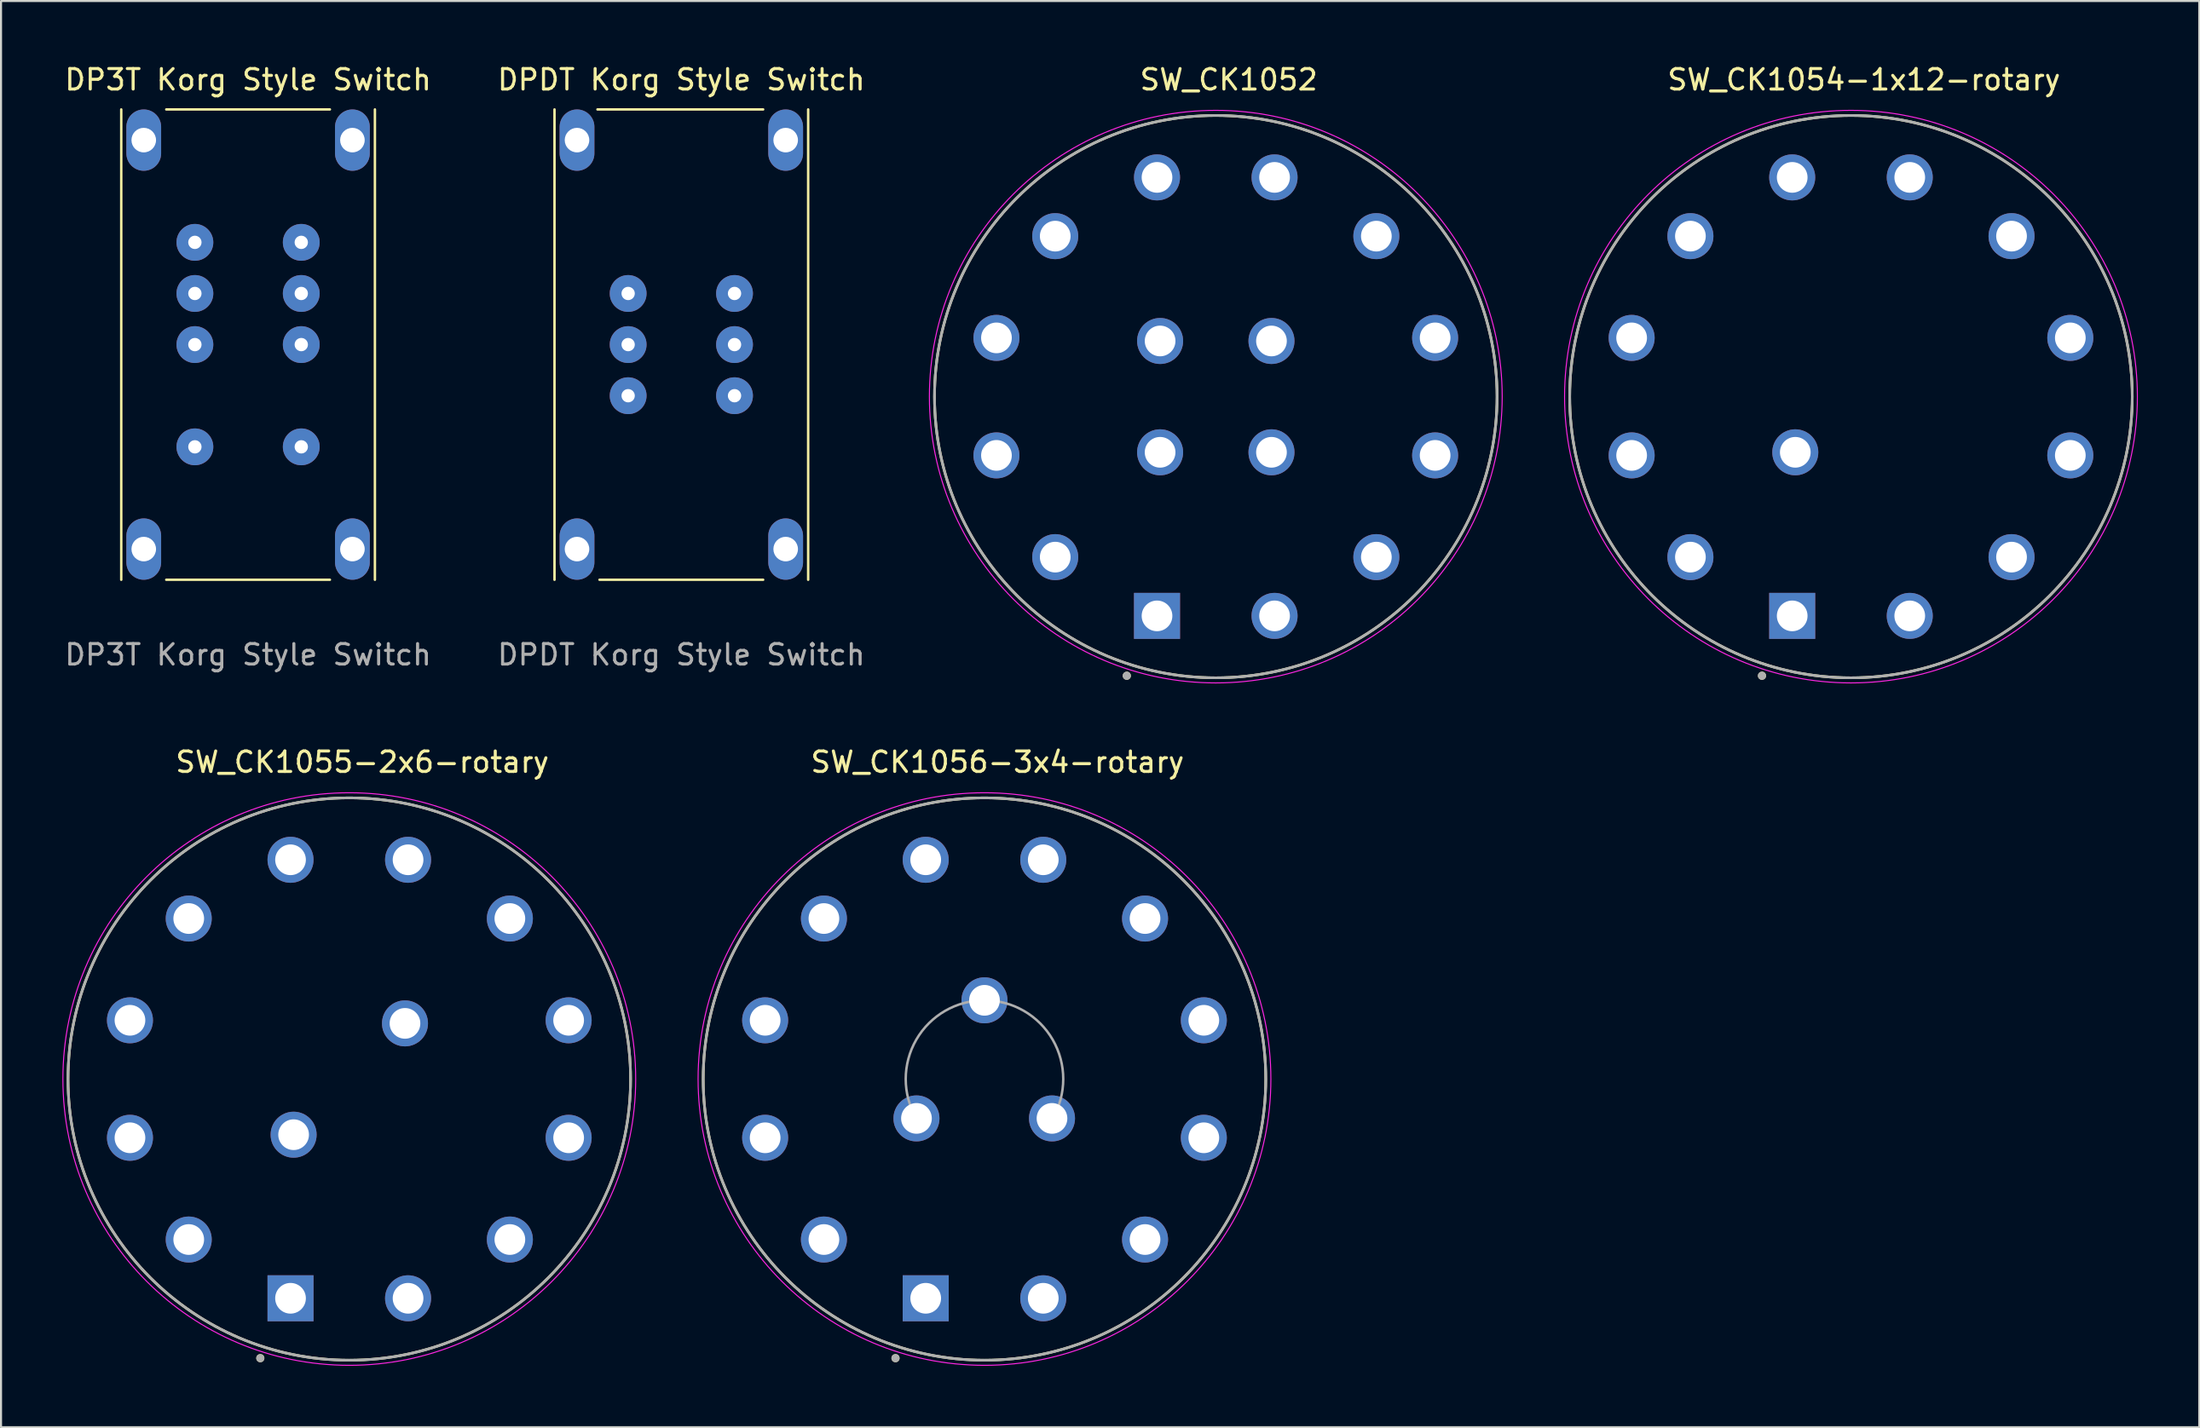
<source format=kicad_pcb>
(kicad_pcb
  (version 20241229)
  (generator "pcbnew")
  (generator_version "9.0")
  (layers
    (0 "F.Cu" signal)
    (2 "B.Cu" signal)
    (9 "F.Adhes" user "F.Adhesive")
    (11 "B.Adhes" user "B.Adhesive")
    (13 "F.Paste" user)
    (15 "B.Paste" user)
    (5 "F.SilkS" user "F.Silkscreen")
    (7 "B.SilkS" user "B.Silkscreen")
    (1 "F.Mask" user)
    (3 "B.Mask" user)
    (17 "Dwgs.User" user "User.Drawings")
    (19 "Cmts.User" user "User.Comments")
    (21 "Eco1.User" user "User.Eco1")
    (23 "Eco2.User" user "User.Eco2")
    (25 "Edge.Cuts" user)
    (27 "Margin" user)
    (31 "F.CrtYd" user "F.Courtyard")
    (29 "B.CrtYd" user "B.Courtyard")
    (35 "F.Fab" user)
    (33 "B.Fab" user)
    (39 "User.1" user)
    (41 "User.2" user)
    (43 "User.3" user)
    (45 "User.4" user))
  (footprint "DP3T Korg Style Switch"
    (layer "F.Cu")
    (at 9.077 13.802)
    (property "Reference" "DP3T Korg Style Switch" (at 0 -12.954 0) (unlocked yes) (layer "F.SilkS") (effects (font (size 1 1) (thickness 0.15))))
    (attr through_hole)
    (fp_line (start -6.2 11.5) (end -6.2 -11.5) (stroke (width 0.12) (type default)) (layer "F.SilkS"))
    (fp_line (start -4 -11.5) (end 4 -11.5) (stroke (width 0.12) (type default)) (layer "F.SilkS"))
    (fp_line (start -4 11.5) (end 4 11.5) (stroke (width 0.12) (type default)) (layer "F.SilkS"))
    (fp_line (start 6.2 11.5) (end 6.2 -11.5) (stroke (width 0.12) (type default)) (layer "F.SilkS"))
    (fp_text user "${REFERENCE}" (at 0 15.167 0) (unlocked yes) (layer "F.Fab") (effects (font (size 1 1) (thickness 0.15))))
    (pad "" thru_hole oval (at -5.1 -10) (size 1.7 3) (drill 1.2) (layers "*.Cu" "*.Mask"))
    (pad "" thru_hole oval (at -5.1 10) (size 1.7 3) (drill 1.2) (layers "*.Cu" "*.Mask"))
    (pad "" thru_hole oval (at 5.1 -10) (size 1.7 3) (drill 1.2) (layers "*.Cu" "*.Mask"))
    (pad "" thru_hole oval (at 5.1 10) (size 1.7 3) (drill 1.2) (layers "*.Cu" "*.Mask"))
    (pad "1" thru_hole circle (at -2.6 -5) (size 1.8 1.8) (drill 0.65) (layers "*.Cu" "*.Mask"))
    (pad "2" thru_hole circle (at -2.6 -2.5) (size 1.8 1.8) (drill 0.65) (layers "*.Cu" "*.Mask"))
    (pad "3" thru_hole circle (at -2.6 0) (size 1.8 1.8) (drill 0.65) (layers "*.Cu" "*.Mask"))
    (pad "4" thru_hole circle (at -2.6 5) (size 1.8 1.8) (drill 0.65) (layers "*.Cu" "*.Mask"))
    (pad "5" thru_hole circle (at 2.6 -5) (size 1.8 1.8) (drill 0.65) (layers "*.Cu" "*.Mask"))
    (pad "6" thru_hole circle (at 2.6 -2.5) (size 1.8 1.8) (drill 0.65) (layers "*.Cu" "*.Mask"))
    (pad "7" thru_hole circle (at 2.6 0) (size 1.8 1.8) (drill 0.65) (layers "*.Cu" "*.Mask"))
    (pad "8" thru_hole circle (at 2.6 5) (size 1.8 1.8) (drill 0.65) (layers "*.Cu" "*.Mask")))
  (footprint "SW_CK1054-1x12-rotary"
    (layer "F.Cu")
    (at 87.432 16.347)
    (property "Reference" "SW_CK1054-1x12-rotary" (at 0.635 -15.499 0) (layer "F.SilkS") (effects (font (size 1 1) (thickness 0.15))))
    (attr through_hole)
    (fp_circle (center -4.35 13.65) (end -4.25 13.65) (stroke (width 0.2) (type solid)) (fill no) (layer "F.SilkS"))
    (fp_circle (center 0 0) (end 13.75 0) (stroke (width 0.127) (type solid)) (fill no) (layer "F.SilkS"))
    (fp_circle (center 0 0) (end 14 0) (stroke (width 0.05) (type solid)) (fill no) (layer "F.CrtYd"))
    (fp_circle (center -4.35 13.65) (end -4.25 13.65) (stroke (width 0.2) (type solid)) (fill no) (layer "F.Fab"))
    (fp_circle (center 0 0) (end 13.75 0) (stroke (width 0.127) (type solid)) (fill no) (layer "F.Fab"))
    (pad "1" thru_hole rect (at -2.873 10.722) (size 2.25 2.25) (drill 1.5) (layers "*.Cu" "*.Mask"))
    (pad "2" thru_hole circle (at -7.849 7.849) (size 2.25 2.25) (drill 1.5) (layers "*.Cu" "*.Mask"))
    (pad "3" thru_hole circle (at -10.722 2.873) (size 2.25 2.25) (drill 1.5) (layers "*.Cu" "*.Mask"))
    (pad "4" thru_hole circle (at -10.722 -2.873) (size 2.25 2.25) (drill 1.5) (layers "*.Cu" "*.Mask"))
    (pad "5" thru_hole circle (at -7.849 -7.849) (size 2.25 2.25) (drill 1.5) (layers "*.Cu" "*.Mask"))
    (pad "6" thru_hole circle (at -2.873 -10.722) (size 2.25 2.25) (drill 1.5) (layers "*.Cu" "*.Mask"))
    (pad "7" thru_hole circle (at 2.873 -10.722) (size 2.25 2.25) (drill 1.5) (layers "*.Cu" "*.Mask"))
    (pad "8" thru_hole circle (at 7.849 -7.849) (size 2.25 2.25) (drill 1.5) (layers "*.Cu" "*.Mask"))
    (pad "9" thru_hole circle (at 10.722 -2.873) (size 2.25 2.25) (drill 1.5) (layers "*.Cu" "*.Mask"))
    (pad "10" thru_hole circle (at 10.722 2.873) (size 2.25 2.25) (drill 1.5) (layers "*.Cu" "*.Mask"))
    (pad "11" thru_hole circle (at 7.849 7.849) (size 2.25 2.25) (drill 1.5) (layers "*.Cu" "*.Mask"))
    (pad "12" thru_hole circle (at 2.873 10.722) (size 2.25 2.25) (drill 1.5) (layers "*.Cu" "*.Mask"))
    (pad "A" thru_hole circle (at -2.722 2.722) (size 2.25 2.25) (drill 1.5) (layers "*.Cu" "*.Mask")))
  (footprint "SW_CK1055-2x6-rotary"
    (layer "F.Cu")
    (at 14.025 49.719)
    (property "Reference" "SW_CK1055-2x6-rotary" (at 0.635 -15.499 0) (layer "F.SilkS") (effects (font (size 1 1) (thickness 0.15))))
    (attr through_hole)
    (fp_circle (center -4.35 13.65) (end -4.25 13.65) (stroke (width 0.2) (type solid)) (fill no) (layer "F.SilkS"))
    (fp_circle (center 0 0) (end 13.75 0) (stroke (width 0.127) (type solid)) (fill no) (layer "F.SilkS"))
    (fp_circle (center 0 0) (end 14 0) (stroke (width 0.05) (type solid)) (fill no) (layer "F.CrtYd"))
    (fp_circle (center -4.35 13.65) (end -4.25 13.65) (stroke (width 0.2) (type solid)) (fill no) (layer "F.Fab"))
    (fp_circle (center 0 0) (end 13.75 0) (stroke (width 0.127) (type solid)) (fill no) (layer "F.Fab"))
    (pad "1" thru_hole rect (at -2.873 10.722) (size 2.25 2.25) (drill 1.5) (layers "*.Cu" "*.Mask"))
    (pad "2" thru_hole circle (at -7.849 7.849) (size 2.25 2.25) (drill 1.5) (layers "*.Cu" "*.Mask"))
    (pad "3" thru_hole circle (at -10.722 2.873) (size 2.25 2.25) (drill 1.5) (layers "*.Cu" "*.Mask"))
    (pad "4" thru_hole circle (at -10.722 -2.873) (size 2.25 2.25) (drill 1.5) (layers "*.Cu" "*.Mask"))
    (pad "5" thru_hole circle (at -7.849 -7.849) (size 2.25 2.25) (drill 1.5) (layers "*.Cu" "*.Mask"))
    (pad "6" thru_hole circle (at -2.873 -10.722) (size 2.25 2.25) (drill 1.5) (layers "*.Cu" "*.Mask"))
    (pad "7" thru_hole circle (at 2.873 -10.722) (size 2.25 2.25) (drill 1.5) (layers "*.Cu" "*.Mask"))
    (pad "8" thru_hole circle (at 7.849 -7.849) (size 2.25 2.25) (drill 1.5) (layers "*.Cu" "*.Mask"))
    (pad "9" thru_hole circle (at 10.722 -2.873) (size 2.25 2.25) (drill 1.5) (layers "*.Cu" "*.Mask"))
    (pad "10" thru_hole circle (at 10.722 2.873) (size 2.25 2.25) (drill 1.5) (layers "*.Cu" "*.Mask"))
    (pad "11" thru_hole circle (at 7.849 7.849) (size 2.25 2.25) (drill 1.5) (layers "*.Cu" "*.Mask"))
    (pad "12" thru_hole circle (at 2.873 10.722) (size 2.25 2.25) (drill 1.5) (layers "*.Cu" "*.Mask"))
    (pad "A" thru_hole circle (at -2.722 2.722) (size 2.25 2.25) (drill 1.5) (layers "*.Cu" "*.Mask"))
    (pad "C" thru_hole circle (at 2.722 -2.722) (size 2.25 2.25) (drill 1.5) (layers "*.Cu" "*.Mask")))
  (footprint "DPDT Korg Style Switch"
    (layer "F.Cu")
    (at 30.256 13.802)
    (property "Reference" "DPDT Korg Style Switch" (at 0 -12.954 0) (unlocked yes) (layer "F.SilkS") (effects (font (size 1 1) (thickness 0.15))))
    (attr through_hole)
    (fp_line (start -6.2 11.5) (end -6.2 -11.5) (stroke (width 0.12) (type default)) (layer "F.SilkS"))
    (fp_line (start -4.1 -11.5) (end 4 -11.5) (stroke (width 0.12) (type default)) (layer "F.SilkS"))
    (fp_line (start -4 11.5) (end 4 11.5) (stroke (width 0.12) (type default)) (layer "F.SilkS"))
    (fp_line (start 6.2 11.5) (end 6.2 -11.5) (stroke (width 0.12) (type default)) (layer "F.SilkS"))
    (fp_text user "${REFERENCE}" (at 0 15.167 0) (unlocked yes) (layer "F.Fab") (effects (font (size 1 1) (thickness 0.15))))
    (pad "" thru_hole oval (at -5.1 -10) (size 1.7 3) (drill 1.2) (layers "*.Cu" "*.Mask"))
    (pad "" thru_hole oval (at -5.1 10) (size 1.7 3) (drill 1.2) (layers "*.Cu" "*.Mask"))
    (pad "" thru_hole oval (at 5.1 -10) (size 1.7 3) (drill 1.2) (layers "*.Cu" "*.Mask"))
    (pad "" thru_hole oval (at 5.1 10) (size 1.7 3) (drill 1.2) (layers "*.Cu" "*.Mask"))
    (pad "1" thru_hole circle (at -2.6 -2.5) (size 1.8 1.8) (drill 0.65) (layers "*.Cu" "*.Mask"))
    (pad "2" thru_hole circle (at 2.6 -2.5) (size 1.8 1.8) (drill 0.65) (layers "*.Cu" "*.Mask"))
    (pad "3" thru_hole circle (at -2.6 0) (size 1.8 1.8) (drill 0.65) (layers "*.Cu" "*.Mask"))
    (pad "4" thru_hole circle (at 2.6 0) (size 1.8 1.8) (drill 0.65) (layers "*.Cu" "*.Mask"))
    (pad "5" thru_hole circle (at -2.6 2.5) (size 1.8 1.8) (drill 0.65) (layers "*.Cu" "*.Mask"))
    (pad "6" thru_hole circle (at 2.6 2.5) (size 1.8 1.8) (drill 0.65) (layers "*.Cu" "*.Mask")))
  (footprint "SW_CK1052"
    (layer "F.Cu")
    (at 56.382 16.347)
    (property "Reference" "SW_CK1052" (at 0.635 -15.499 0) (layer "F.SilkS") (effects (font (size 1 1) (thickness 0.15))))
    (attr through_hole)
    (fp_circle (center -4.35 13.65) (end -4.25 13.65) (stroke (width 0.2) (type solid)) (fill no) (layer "F.SilkS"))
    (fp_circle (center 0 0) (end 13.75 0) (stroke (width 0.127) (type solid)) (fill no) (layer "F.SilkS"))
    (fp_circle (center 0 0) (end 14 0) (stroke (width 0.05) (type solid)) (fill no) (layer "F.CrtYd"))
    (fp_circle (center -4.35 13.65) (end -4.25 13.65) (stroke (width 0.2) (type solid)) (fill no) (layer "F.Fab"))
    (fp_circle (center 0 0) (end 13.75 0) (stroke (width 0.127) (type solid)) (fill no) (layer "F.Fab"))
    (pad "1" thru_hole rect (at -2.873 10.722) (size 2.25 2.25) (drill 1.5) (layers "*.Cu" "*.Mask"))
    (pad "2" thru_hole circle (at -7.849 7.849) (size 2.25 2.25) (drill 1.5) (layers "*.Cu" "*.Mask"))
    (pad "3" thru_hole circle (at -10.722 2.873) (size 2.25 2.25) (drill 1.5) (layers "*.Cu" "*.Mask"))
    (pad "4" thru_hole circle (at -10.722 -2.873) (size 2.25 2.25) (drill 1.5) (layers "*.Cu" "*.Mask"))
    (pad "5" thru_hole circle (at -7.849 -7.849) (size 2.25 2.25) (drill 1.5) (layers "*.Cu" "*.Mask"))
    (pad "6" thru_hole circle (at -2.873 -10.722) (size 2.25 2.25) (drill 1.5) (layers "*.Cu" "*.Mask"))
    (pad "7" thru_hole circle (at 2.873 -10.722) (size 2.25 2.25) (drill 1.5) (layers "*.Cu" "*.Mask"))
    (pad "8" thru_hole circle (at 7.849 -7.849) (size 2.25 2.25) (drill 1.5) (layers "*.Cu" "*.Mask"))
    (pad "9" thru_hole circle (at 10.722 -2.873) (size 2.25 2.25) (drill 1.5) (layers "*.Cu" "*.Mask"))
    (pad "10" thru_hole circle (at 10.722 2.873) (size 2.25 2.25) (drill 1.5) (layers "*.Cu" "*.Mask"))
    (pad "11" thru_hole circle (at 7.849 7.849) (size 2.25 2.25) (drill 1.5) (layers "*.Cu" "*.Mask"))
    (pad "12" thru_hole circle (at 2.873 10.722) (size 2.25 2.25) (drill 1.5) (layers "*.Cu" "*.Mask"))
    (pad "A" thru_hole circle (at -2.722 2.722) (size 2.25 2.25) (drill 1.5) (layers "*.Cu" "*.Mask"))
    (pad "B" thru_hole circle (at -2.722 -2.722) (size 2.25 2.25) (drill 1.5) (layers "*.Cu" "*.Mask"))
    (pad "C" thru_hole circle (at 2.722 -2.722) (size 2.25 2.25) (drill 1.5) (layers "*.Cu" "*.Mask"))
    (pad "D" thru_hole circle (at 2.722 2.722) (size 2.25 2.25) (drill 1.5) (layers "*.Cu" "*.Mask")))
  (footprint "SW_CK1056-3x4-rotary"
    (layer "F.Cu")
    (at 45.075 49.719)
    (property "Reference" "SW_CK1056-3x4-rotary" (at 0.635 -15.499 0) (layer "F.SilkS") (effects (font (size 1 1) (thickness 0.15))))
    (attr through_hole)
    (fp_circle (center -4.35 13.65) (end -4.25 13.65) (stroke (width 0.2) (type solid)) (fill no) (layer "F.SilkS"))
    (fp_circle (center 0 0) (end 13.75 0) (stroke (width 0.127) (type solid)) (fill no) (layer "F.SilkS"))
    (fp_circle (center 0 0) (end 14 0) (stroke (width 0.05) (type solid)) (fill no) (layer "F.CrtYd"))
    (fp_arc (start -3.333712 1.925842) (mid -3.334441 -1.924578) (end 0 -3.85) (stroke (width 0.12) (type default)) (layer "F.Fab"))
    (fp_arc (start 0 -3.85) (mid 3.334883 -1.923813) (end 3.332827 1.927373) (stroke (width 0.12) (type default)) (layer "F.Fab"))
    (fp_circle (center -4.35 13.65) (end -4.25 13.65) (stroke (width 0.2) (type solid)) (fill no) (layer "F.Fab"))
    (fp_circle (center 0 0) (end 13.75 0) (stroke (width 0.127) (type solid)) (fill no) (layer "F.Fab"))
    (pad "1" thru_hole rect (at -2.873 10.722) (size 2.25 2.25) (drill 1.5) (layers "*.Cu" "*.Mask"))
    (pad "2" thru_hole circle (at -7.849 7.849) (size 2.25 2.25) (drill 1.5) (layers "*.Cu" "*.Mask"))
    (pad "3" thru_hole circle (at -10.722 2.873) (size 2.25 2.25) (drill 1.5) (layers "*.Cu" "*.Mask"))
    (pad "4" thru_hole circle (at -10.722 -2.873) (size 2.25 2.25) (drill 1.5) (layers "*.Cu" "*.Mask"))
    (pad "5" thru_hole circle (at -7.849 -7.849) (size 2.25 2.25) (drill 1.5) (layers "*.Cu" "*.Mask"))
    (pad "6" thru_hole circle (at -2.873 -10.722) (size 2.25 2.25) (drill 1.5) (layers "*.Cu" "*.Mask"))
    (pad "7" thru_hole circle (at 2.873 -10.722) (size 2.25 2.25) (drill 1.5) (layers "*.Cu" "*.Mask"))
    (pad "8" thru_hole circle (at 7.849 -7.849) (size 2.25 2.25) (drill 1.5) (layers "*.Cu" "*.Mask"))
    (pad "9" thru_hole circle (at 10.722 -2.873) (size 2.25 2.25) (drill 1.5) (layers "*.Cu" "*.Mask"))
    (pad "10" thru_hole circle (at 10.722 2.873) (size 2.25 2.25) (drill 1.5) (layers "*.Cu" "*.Mask"))
    (pad "11" thru_hole circle (at 7.849 7.849) (size 2.25 2.25) (drill 1.5) (layers "*.Cu" "*.Mask"))
    (pad "12" thru_hole circle (at 2.873 10.722) (size 2.25 2.25) (drill 1.5) (layers "*.Cu" "*.Mask"))
    (pad "A" thru_hole circle (at -3.325 1.925) (size 2.25 2.25) (drill 1.5) (layers "*.Cu" "*.Mask"))
    (pad "B" thru_hole circle (at 0 -3.85) (size 2.25 2.25) (drill 1.5) (layers "*.Cu" "*.Mask"))
    (pad "C" thru_hole circle (at 3.3 1.925) (size 2.25 2.25) (drill 1.5) (layers "*.Cu" "*.Mask")))
  (gr_rect
    (start -3 -3)
    (end 104.457 66.745)
    (stroke (width 0.1) (type default))
    (fill no)
    (layer "Edge.Cuts")))
</source>
